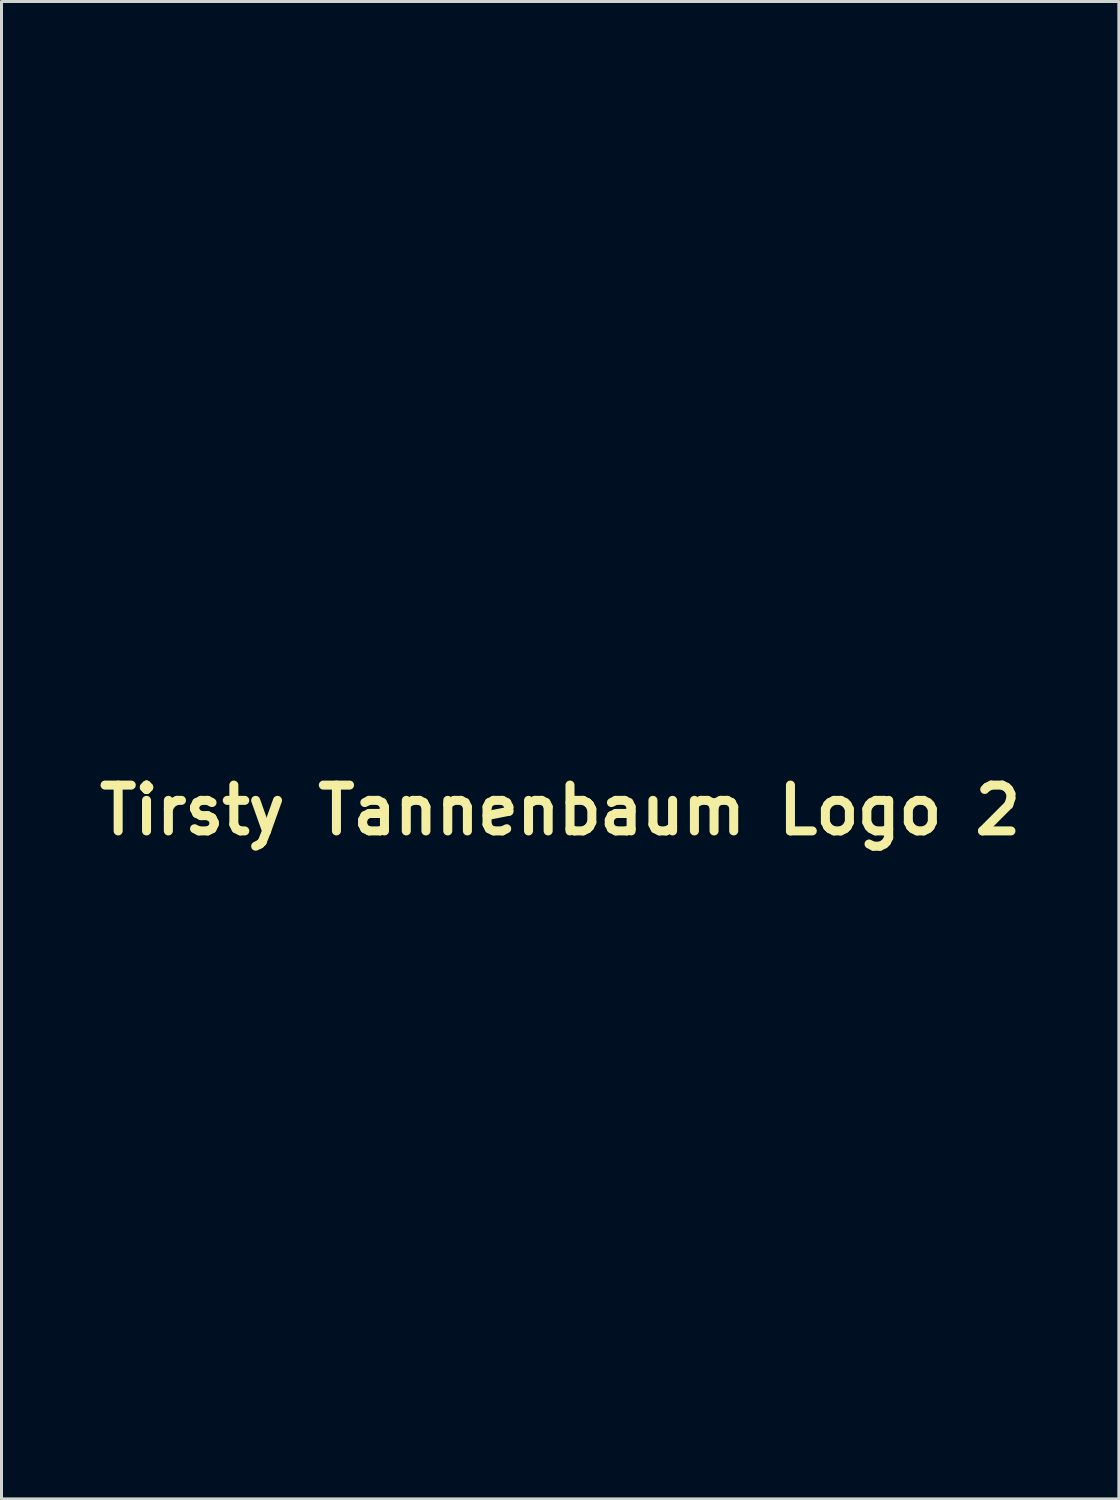
<source format=kicad_pcb>
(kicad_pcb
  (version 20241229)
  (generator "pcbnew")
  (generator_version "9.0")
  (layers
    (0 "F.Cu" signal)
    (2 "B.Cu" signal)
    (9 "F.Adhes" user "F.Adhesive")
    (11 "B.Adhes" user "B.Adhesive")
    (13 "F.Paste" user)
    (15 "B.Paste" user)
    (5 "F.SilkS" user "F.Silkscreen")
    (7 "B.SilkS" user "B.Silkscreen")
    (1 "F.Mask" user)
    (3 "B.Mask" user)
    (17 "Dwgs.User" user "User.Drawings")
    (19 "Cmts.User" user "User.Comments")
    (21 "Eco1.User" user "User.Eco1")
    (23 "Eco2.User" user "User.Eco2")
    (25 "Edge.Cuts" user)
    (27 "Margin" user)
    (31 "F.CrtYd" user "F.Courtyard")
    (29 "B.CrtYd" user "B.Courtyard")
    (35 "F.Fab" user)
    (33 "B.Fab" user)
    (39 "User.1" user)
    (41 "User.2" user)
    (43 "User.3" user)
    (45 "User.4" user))
  (footprint "Tirsty Tannenbaum Logo 2"
    (layer "F.Cu")
    (at 15.574 23.886)
    (property "Reference" "Tirsty Tannenbaum Logo 2" (at 0 0 0) (layer "F.SilkS") (effects (font (size 1.524 1.524) (thickness 0.3))))
    (attr through_hole)
    (fp_poly (pts (xy 0.691 19.614) (xy 0.771 19.629) (xy 0.899 19.656) (xy 0.998 19.681) (xy 1.05 19.7) (xy 1.052 19.702) (xy 1.046 19.738) (xy 0.996 19.789) (xy 0.923 19.842) (xy 0.847 19.881) (xy 0.794 19.893) (xy 0.718 19.883) (xy 0.608 19.862) (xy 0.55 19.849) (xy 0.428 19.813) (xy 0.372 19.772) (xy 0.378 19.72) (xy 0.433 19.657) (xy 0.479 19.618) (xy 0.524 19.599) (xy 0.588 19.598) (xy 0.691 19.614)) (stroke (width 0.01) (type solid)) (fill no) (layer "Eco2.User"))
    (fp_poly (pts (xy 0.268 18.621) (xy 0.266 18.624) (xy 0.289 18.645) (xy 0.374 18.672) (xy 0.517 18.7) (xy 0.71 18.731) (xy 0.882 18.753) (xy 1.04 18.781) (xy 1.132 18.82) (xy 1.159 18.873) (xy 1.125 18.945) (xy 1.078 18.999) (xy 0.991 19.07) (xy 0.934 19.079) (xy 0.91 19.046) (xy 0.87 19.024) (xy 0.772 18.997) (xy 0.625 18.967) (xy 0.442 18.937) (xy 0.233 18.908) (xy 0.047 18.887) (xy -0.082 18.867) (xy -0.144 18.839) (xy -0.141 18.797) (xy -0.077 18.735) (xy -0.042 18.708) (xy 0.03 18.667) (xy 0.116 18.632) (xy 0.198 18.61) (xy 0.255 18.604) (xy 0.268 18.621)) (stroke (width 0.01) (type solid)) (fill no) (layer "Eco2.User"))
    (fp_poly (pts (xy 0.399 15.054) (xy 0.403 15.094) (xy 0.407 15.197) (xy 0.412 15.355) (xy 0.416 15.56) (xy 0.42 15.805) (xy 0.424 16.081) (xy 0.428 16.381) (xy 0.428 16.448) (xy 0.441 17.815) (xy 0.776 17.819) (xy 0.933 17.823) (xy 1.071 17.831) (xy 1.17 17.841) (xy 1.197 17.846) (xy 1.284 17.87) (xy 1.18 17.966) (xy 1.063 18.042) (xy 0.971 18.056) (xy 0.902 18.053) (xy 0.777 18.048) (xy 0.607 18.041) (xy 0.407 18.033) (xy 0.194 18.025) (xy -0.042 18.018) (xy -0.277 18.013) (xy -0.493 18.011) (xy -0.671 18.013) (xy -0.776 18.016) (xy -1.076 18.033) (xy -0.94 17.903) (xy -0.805 17.773) (xy -0.305 17.785) (xy 0.194 17.797) (xy 0.18 16.489) (xy 0.166 15.181) (xy 0.275 15.104) (xy 0.348 15.061) (xy 0.394 15.05) (xy 0.399 15.054)) (stroke (width 0.01) (type solid)) (fill no) (layer "Eco2.User"))
    (fp_poly (pts (xy -0.893 13.441) (xy -0.896 13.463) (xy -0.889 13.497) (xy -0.825 13.511) (xy -0.792 13.511) (xy -0.708 13.519) (xy -0.574 13.539) (xy -0.412 13.568) (xy -0.273 13.596) (xy 0.002 13.652) (xy 0.263 13.698) (xy 0.532 13.738) (xy 0.834 13.775) (xy 1.023 13.796) (xy 1.224 13.817) (xy 1.362 13.835) (xy 1.447 13.852) (xy 1.486 13.872) (xy 1.488 13.899) (xy 1.46 13.937) (xy 1.425 13.973) (xy 1.355 14.038) (xy 1.299 14.071) (xy 1.29 14.072) (xy 1.243 14.067) (xy 1.14 14.055) (xy 0.992 14.038) (xy 0.813 14.017) (xy 0.705 14.005) (xy 0.453 13.975) (xy 0.249 13.948) (xy 0.07 13.921) (xy -0.108 13.89) (xy -0.307 13.85) (xy -0.55 13.799) (xy -0.564 13.796) (xy -0.732 13.764) (xy -0.894 13.739) (xy -1.025 13.725) (xy -1.065 13.724) (xy -1.191 13.712) (xy -1.251 13.68) (xy -1.244 13.625) (xy -1.17 13.547) (xy -1.167 13.544) (xy -1.077 13.481) (xy -0.991 13.439) (xy -0.924 13.425) (xy -0.893 13.441)) (stroke (width 0.01) (type solid)) (fill no) (layer "Eco2.User"))
    (fp_poly (pts (xy -3.175 -22.245) (xy -3.193 -22.21) (xy -3.242 -22.129) (xy -3.313 -22.017) (xy -3.367 -21.933) (xy -3.616 -21.529) (xy -3.814 -21.153) (xy -3.967 -20.793) (xy -4.079 -20.434) (xy -4.156 -20.063) (xy -4.196 -19.744) (xy -4.214 -19.243) (xy -4.168 -18.772) (xy -4.057 -18.326) (xy -3.881 -17.902) (xy -3.637 -17.494) (xy -3.354 -17.134) (xy -3.269 -17.033) (xy -3.206 -16.952) (xy -3.176 -16.906) (xy -3.175 -16.902) (xy -3.2 -16.857) (xy -3.26 -16.796) (xy -3.327 -16.744) (xy -3.377 -16.722) (xy -3.413 -16.748) (xy -3.483 -16.818) (xy -3.574 -16.92) (xy -3.657 -17.019) (xy -3.912 -17.359) (xy -4.11 -17.683) (xy -4.258 -18.009) (xy -4.361 -18.351) (xy -4.426 -18.724) (xy -4.443 -18.882) (xy -4.455 -19.405) (xy -4.397 -19.926) (xy -4.269 -20.441) (xy -4.073 -20.946) (xy -4.041 -21.014) (xy -3.93 -21.233) (xy -3.806 -21.454) (xy -3.678 -21.667) (xy -3.551 -21.859) (xy -3.435 -22.019) (xy -3.337 -22.135) (xy -3.285 -22.182) (xy -3.215 -22.229) (xy -3.177 -22.247) (xy -3.175 -22.245)) (stroke (width 0.01) (type solid)) (fill no) (layer "Eco2.User"))
    (fp_poly (pts (xy 3.983 -2.761) (xy 4.109 -2.699) (xy 4.266 -2.567) (xy 4.37 -2.405) (xy 4.418 -2.227) (xy 4.406 -2.046) (xy 4.342 -1.892) (xy 4.249 -1.775) (xy 4.117 -1.65) (xy 3.969 -1.537) (xy 3.863 -1.473) (xy 3.706 -1.419) (xy 3.531 -1.395) (xy 3.374 -1.407) (xy 3.369 -1.408) (xy 3.159 -1.49) (xy 2.995 -1.614) (xy 2.884 -1.772) (xy 2.831 -1.956) (xy 2.838 -2.137) (xy 2.885 -2.251) (xy 2.895 -2.266) (xy 3.079 -2.266) (xy 3.082 -2.11) (xy 3.136 -1.95) (xy 3.149 -1.925) (xy 3.267 -1.786) (xy 3.43 -1.685) (xy 3.62 -1.63) (xy 3.822 -1.625) (xy 3.976 -1.66) (xy 4.083 -1.731) (xy 4.145 -1.854) (xy 4.163 -2.014) (xy 4.131 -2.199) (xy 4.042 -2.354) (xy 3.905 -2.472) (xy 3.728 -2.548) (xy 3.521 -2.577) (xy 3.334 -2.56) (xy 3.209 -2.505) (xy 3.122 -2.402) (xy 3.079 -2.266) (xy 2.895 -2.266) (xy 2.978 -2.385) (xy 3.104 -2.52) (xy 3.248 -2.642) (xy 3.346 -2.708) (xy 3.551 -2.789) (xy 3.769 -2.807) (xy 3.983 -2.761)) (stroke (width 0.01) (type solid)) (fill no) (layer "Eco2.User"))
    (fp_poly (pts (xy -1.475 -6.53) (xy -1.318 -6.436) (xy -1.249 -6.373) (xy -1.119 -6.198) (xy -1.052 -6.002) (xy -1.045 -5.795) (xy -1.099 -5.588) (xy -1.212 -5.39) (xy -1.382 -5.211) (xy -1.389 -5.206) (xy -1.571 -5.08) (xy -1.736 -5.018) (xy -1.895 -5.019) (xy -2.047 -5.075) (xy -2.191 -5.189) (xy -2.302 -5.35) (xy -2.371 -5.539) (xy -2.39 -5.737) (xy -2.383 -5.802) (xy -2.38 -5.811) (xy -2.135 -5.811) (xy -2.094 -5.617) (xy -2.002 -5.448) (xy -1.868 -5.318) (xy -1.783 -5.271) (xy -1.641 -5.228) (xy -1.525 -5.241) (xy -1.423 -5.305) (xy -1.37 -5.359) (xy -1.338 -5.422) (xy -1.321 -5.514) (xy -1.312 -5.634) (xy -1.309 -5.786) (xy -1.322 -5.897) (xy -1.358 -5.996) (xy -1.374 -6.028) (xy -1.487 -6.182) (xy -1.637 -6.28) (xy -1.815 -6.315) (xy -1.82 -6.315) (xy -1.94 -6.299) (xy -2.025 -6.244) (xy -2.084 -6.138) (xy -2.12 -6.013) (xy -2.135 -5.811) (xy -2.38 -5.811) (xy -2.315 -6.013) (xy -2.186 -6.21) (xy -2.006 -6.381) (xy -1.793 -6.51) (xy -1.632 -6.554) (xy -1.475 -6.53)) (stroke (width 0.01) (type solid)) (fill no) (layer "Eco2.User"))
    (fp_poly (pts (xy 2.25 7.369) (xy 2.434 7.454) (xy 2.579 7.583) (xy 2.674 7.75) (xy 2.708 7.898) (xy 2.705 8.052) (xy 2.659 8.19) (xy 2.561 8.33) (xy 2.46 8.436) (xy 2.273 8.586) (xy 2.074 8.687) (xy 1.878 8.736) (xy 1.696 8.728) (xy 1.658 8.718) (xy 1.444 8.621) (xy 1.289 8.49) (xy 1.195 8.327) (xy 1.164 8.139) (xy 1.176 7.998) (xy 1.209 7.901) (xy 1.415 7.901) (xy 1.419 7.996) (xy 1.465 8.186) (xy 1.567 8.333) (xy 1.719 8.436) (xy 1.92 8.491) (xy 2.053 8.501) (xy 2.186 8.494) (xy 2.278 8.469) (xy 2.347 8.421) (xy 2.42 8.33) (xy 2.456 8.203) (xy 2.459 8.178) (xy 2.449 7.99) (xy 2.373 7.828) (xy 2.235 7.694) (xy 2.138 7.638) (xy 1.944 7.566) (xy 1.764 7.556) (xy 1.607 7.599) (xy 1.497 7.666) (xy 1.435 7.762) (xy 1.415 7.901) (xy 1.209 7.901) (xy 1.217 7.877) (xy 1.297 7.759) (xy 1.427 7.624) (xy 1.444 7.608) (xy 1.614 7.468) (xy 1.771 7.383) (xy 1.935 7.343) (xy 2.036 7.339) (xy 2.25 7.369)) (stroke (width 0.01) (type solid)) (fill no) (layer "Eco2.User"))
    (fp_poly (pts (xy -2.504 -0.193) (xy -2.315 -0.11) (xy -2.164 0.014) (xy -2.14 0.044) (xy -2.03 0.235) (xy -1.992 0.428) (xy -2.023 0.62) (xy -2.126 0.814) (xy -2.229 0.939) (xy -2.437 1.119) (xy -2.658 1.241) (xy -2.885 1.302) (xy -3.108 1.3) (xy -3.281 1.249) (xy -3.467 1.135) (xy -3.607 0.981) (xy -3.694 0.798) (xy -3.723 0.6) (xy -3.704 0.466) (xy -3.465 0.466) (xy -3.433 0.656) (xy -3.342 0.821) (xy -3.202 0.953) (xy -3.024 1.042) (xy -2.817 1.082) (xy -2.702 1.081) (xy -2.542 1.055) (xy -2.422 1.009) (xy -2.403 0.996) (xy -2.313 0.89) (xy -2.259 0.743) (xy -2.246 0.579) (xy -2.262 0.479) (xy -2.34 0.312) (xy -2.471 0.165) (xy -2.636 0.055) (xy -2.78 0.004) (xy -3.004 -0.019) (xy -3.188 0.011) (xy -3.328 0.093) (xy -3.421 0.225) (xy -3.463 0.404) (xy -3.465 0.466) (xy -3.704 0.466) (xy -3.701 0.448) (xy -3.648 0.335) (xy -3.55 0.203) (xy -3.423 0.067) (xy -3.284 -0.055) (xy -3.148 -0.146) (xy -3.122 -0.16) (xy -2.926 -0.222) (xy -2.714 -0.231) (xy -2.504 -0.193)) (stroke (width 0.01) (type solid)) (fill no) (layer "Eco2.User"))
    (fp_poly (pts (xy 3.222 -22.239) (xy 3.29 -22.18) (xy 3.381 -22.076) (xy 3.487 -21.936) (xy 3.604 -21.768) (xy 3.725 -21.58) (xy 3.844 -21.381) (xy 3.957 -21.18) (xy 4.056 -20.985) (xy 4.056 -20.984) (xy 4.198 -20.663) (xy 4.301 -20.366) (xy 4.371 -20.069) (xy 4.414 -19.748) (xy 4.435 -19.411) (xy 4.436 -18.968) (xy 4.4 -18.575) (xy 4.324 -18.217) (xy 4.203 -17.88) (xy 4.032 -17.551) (xy 3.807 -17.215) (xy 3.651 -17.013) (xy 3.551 -16.893) (xy 3.463 -16.797) (xy 3.399 -16.737) (xy 3.373 -16.722) (xy 3.318 -16.744) (xy 3.252 -16.794) (xy 3.186 -16.879) (xy 3.187 -16.954) (xy 3.234 -17.008) (xy 3.307 -17.081) (xy 3.405 -17.198) (xy 3.518 -17.342) (xy 3.632 -17.497) (xy 3.736 -17.648) (xy 3.818 -17.779) (xy 3.828 -17.796) (xy 3.991 -18.134) (xy 4.105 -18.484) (xy 4.174 -18.863) (xy 4.202 -19.284) (xy 4.203 -19.369) (xy 4.181 -19.842) (xy 4.108 -20.295) (xy 3.981 -20.738) (xy 3.797 -21.181) (xy 3.553 -21.634) (xy 3.363 -21.936) (xy 3.282 -22.061) (xy 3.221 -22.162) (xy 3.186 -22.227) (xy 3.182 -22.244) (xy 3.222 -22.239)) (stroke (width 0.01) (type solid)) (fill no) (layer "Eco2.User"))
    (fp_poly (pts (xy -4.981 5.651) (xy -4.829 5.678) (xy -4.787 5.692) (xy -4.693 5.749) (xy -4.592 5.835) (xy -4.559 5.87) (xy -4.483 5.971) (xy -4.45 6.069) (xy -4.445 6.159) (xy -4.451 6.253) (xy -4.476 6.328) (xy -4.533 6.409) (xy -4.607 6.491) (xy -4.818 6.674) (xy -5.043 6.791) (xy -5.28 6.84) (xy -5.522 6.821) (xy -5.606 6.798) (xy -5.76 6.72) (xy -5.881 6.601) (xy -5.959 6.457) (xy -5.987 6.305) (xy -5.961 6.172) (xy -5.901 6.078) (xy -5.898 6.074) (xy -5.733 6.074) (xy -5.73 6.231) (xy -5.669 6.37) (xy -5.558 6.486) (xy -5.409 6.57) (xy -5.232 6.618) (xy -5.037 6.622) (xy -4.895 6.595) (xy -4.778 6.541) (xy -4.713 6.453) (xy -4.692 6.316) (xy -4.692 6.304) (xy -4.724 6.165) (xy -4.813 6.044) (xy -4.945 5.949) (xy -5.107 5.884) (xy -5.286 5.855) (xy -5.469 5.869) (xy -5.591 5.906) (xy -5.682 5.962) (xy -5.726 6.043) (xy -5.733 6.074) (xy -5.898 6.074) (xy -5.799 5.965) (xy -5.675 5.851) (xy -5.546 5.755) (xy -5.455 5.702) (xy -5.324 5.664) (xy -5.156 5.647) (xy -4.981 5.651)) (stroke (width 0.01) (type solid)) (fill no) (layer "Eco2.User"))
    (fp_poly (pts (xy 2.155 -10.974) (xy 2.297 -10.886) (xy 2.411 -10.755) (xy 2.418 -10.743) (xy 2.478 -10.592) (xy 2.505 -10.415) (xy 2.498 -10.241) (xy 2.455 -10.098) (xy 2.455 -10.097) (xy 2.374 -9.983) (xy 2.256 -9.859) (xy 2.122 -9.745) (xy 1.996 -9.663) (xy 1.968 -9.65) (xy 1.875 -9.613) (xy 1.812 -9.601) (xy 1.747 -9.615) (xy 1.652 -9.656) (xy 1.637 -9.663) (xy 1.488 -9.766) (xy 1.383 -9.912) (xy 1.326 -10.085) (xy 1.319 -10.273) (xy 1.34 -10.366) (xy 1.564 -10.366) (xy 1.595 -10.195) (xy 1.668 -10.044) (xy 1.775 -9.927) (xy 1.907 -9.857) (xy 2.003 -9.842) (xy 2.119 -9.858) (xy 2.19 -9.899) (xy 2.217 -9.963) (xy 2.239 -10.072) (xy 2.249 -10.173) (xy 2.236 -10.38) (xy 2.176 -10.55) (xy 2.074 -10.676) (xy 1.937 -10.75) (xy 1.818 -10.767) (xy 1.722 -10.761) (xy 1.662 -10.733) (xy 1.622 -10.668) (xy 1.585 -10.55) (xy 1.583 -10.542) (xy 1.564 -10.366) (xy 1.34 -10.366) (xy 1.362 -10.462) (xy 1.459 -10.638) (xy 1.492 -10.678) (xy 1.606 -10.789) (xy 1.737 -10.889) (xy 1.866 -10.964) (xy 1.975 -11.004) (xy 2.004 -11.007) (xy 2.155 -10.974)) (stroke (width 0.01) (type solid)) (fill no) (layer "Eco2.User"))
    (fp_poly (pts (xy -0.451 14.514) (xy -0.247 14.526) (xy -0.01 14.543) (xy 0.248 14.566) (xy 0.515 14.592) (xy 0.779 14.621) (xy 1.027 14.651) (xy 1.247 14.681) (xy 1.428 14.71) (xy 1.556 14.737) (xy 1.563 14.739) (xy 1.661 14.765) (xy 1.554 14.868) (xy 1.447 14.971) (xy 1.12 14.913) (xy 0.898 14.873) (xy 0.735 14.846) (xy 0.619 14.83) (xy 0.54 14.826) (xy 0.486 14.833) (xy 0.447 14.85) (xy 0.411 14.878) (xy 0.394 14.892) (xy 0.335 14.944) (xy 0.324 14.949) (xy 0.357 14.908) (xy 0.367 14.896) (xy 0.403 14.841) (xy 0.397 14.817) (xy 0.396 14.817) (xy 0.342 14.843) (xy 0.335 14.852) (xy 0.289 14.894) (xy 0.236 14.927) (xy 0.183 14.953) (xy 0.184 14.94) (xy 0.222 14.897) (xy 0.263 14.843) (xy 0.255 14.816) (xy 0.229 14.804) (xy 0.176 14.795) (xy 0.066 14.785) (xy -0.089 14.775) (xy -0.276 14.765) (xy -0.422 14.759) (xy -0.648 14.749) (xy -0.811 14.738) (xy -0.919 14.727) (xy -0.98 14.713) (xy -1 14.696) (xy -0.999 14.69) (xy -0.947 14.627) (xy -0.854 14.565) (xy -0.748 14.523) (xy -0.71 14.515) (xy -0.609 14.51) (xy -0.451 14.514)) (stroke (width 0.01) (type solid)) (fill no) (layer "Eco2.User"))
    (fp_poly (pts (xy 2.043 -20.998) (xy 2.111 -20.954) (xy 2.2 -20.881) (xy 2.31 -20.774) (xy 2.402 -20.658) (xy 2.484 -20.519) (xy 2.563 -20.343) (xy 2.648 -20.115) (xy 2.669 -20.055) (xy 2.729 -19.874) (xy 2.768 -19.733) (xy 2.791 -19.608) (xy 2.801 -19.474) (xy 2.803 -19.315) (xy 2.796 -19.061) (xy 2.768 -18.857) (xy 2.713 -18.684) (xy 2.624 -18.524) (xy 2.495 -18.358) (xy 2.452 -18.31) (xy 2.354 -18.195) (xy 2.276 -18.096) (xy 2.23 -18.026) (xy 2.223 -18.005) (xy 2.207 -17.961) (xy 2.158 -17.976) (xy 2.074 -18.051) (xy 2.07 -18.055) (xy 2.009 -18.128) (xy 1.977 -18.184) (xy 1.976 -18.192) (xy 1.998 -18.233) (xy 2.058 -18.313) (xy 2.144 -18.417) (xy 2.203 -18.483) (xy 2.345 -18.654) (xy 2.444 -18.81) (xy 2.508 -18.97) (xy 2.542 -19.155) (xy 2.555 -19.382) (xy 2.556 -19.473) (xy 2.553 -19.645) (xy 2.544 -19.779) (xy 2.523 -19.901) (xy 2.485 -20.036) (xy 2.428 -20.21) (xy 2.42 -20.232) (xy 2.352 -20.425) (xy 2.3 -20.564) (xy 2.258 -20.664) (xy 2.22 -20.736) (xy 2.178 -20.795) (xy 2.126 -20.854) (xy 2.106 -20.875) (xy 2.035 -20.958) (xy 2.015 -21) (xy 2.043 -20.998)) (stroke (width 0.01) (type solid)) (fill no) (layer "Eco2.User"))
    (fp_poly (pts (xy 4.893 3.401) (xy 5.037 3.441) (xy 5.216 3.545) (xy 5.351 3.683) (xy 5.437 3.843) (xy 5.469 4.012) (xy 5.439 4.18) (xy 5.418 4.227) (xy 5.346 4.329) (xy 5.233 4.449) (xy 5.098 4.568) (xy 4.962 4.669) (xy 4.859 4.728) (xy 4.703 4.774) (xy 4.514 4.794) (xy 4.323 4.788) (xy 4.159 4.754) (xy 4.128 4.742) (xy 3.945 4.631) (xy 3.809 4.486) (xy 3.727 4.316) (xy 3.705 4.134) (xy 3.734 3.993) (xy 3.951 3.993) (xy 3.983 4.172) (xy 4.073 4.327) (xy 4.211 4.45) (xy 4.385 4.537) (xy 4.587 4.582) (xy 4.806 4.578) (xy 4.942 4.55) (xy 5.081 4.488) (xy 5.167 4.385) (xy 5.209 4.233) (xy 5.212 4.207) (xy 5.213 4.08) (xy 5.183 3.98) (xy 5.145 3.916) (xy 5.033 3.799) (xy 4.876 3.698) (xy 4.699 3.627) (xy 4.528 3.599) (xy 4.518 3.599) (xy 4.293 3.619) (xy 4.124 3.681) (xy 4.011 3.782) (xy 3.957 3.922) (xy 3.951 3.993) (xy 3.734 3.993) (xy 3.739 3.97) (xy 3.799 3.871) (xy 3.903 3.755) (xy 4.034 3.637) (xy 4.173 3.534) (xy 4.286 3.47) (xy 4.474 3.41) (xy 4.687 3.387) (xy 4.893 3.401)) (stroke (width 0.01) (type solid)) (fill no) (layer "Eco2.User"))
    (fp_poly (pts (xy -2.022 -20.977) (xy -2.076 -20.907) (xy -2.106 -20.875) (xy -2.162 -20.814) (xy -2.206 -20.757) (xy -2.245 -20.69) (xy -2.286 -20.601) (xy -2.334 -20.476) (xy -2.396 -20.303) (xy -2.421 -20.232) (xy -2.481 -20.053) (xy -2.521 -19.916) (xy -2.543 -19.795) (xy -2.554 -19.664) (xy -2.557 -19.5) (xy -2.557 -19.473) (xy -2.55 -19.227) (xy -2.523 -19.031) (xy -2.47 -18.864) (xy -2.382 -18.707) (xy -2.253 -18.539) (xy -2.203 -18.481) (xy -2.106 -18.367) (xy -2.029 -18.27) (xy -1.984 -18.203) (xy -1.976 -18.184) (xy -1.999 -18.138) (xy -2.056 -18.071) (xy -2.124 -18.005) (xy -2.181 -17.962) (xy -2.198 -17.956) (xy -2.22 -17.985) (xy -2.223 -18.005) (xy -2.245 -18.051) (xy -2.305 -18.134) (xy -2.392 -18.241) (xy -2.45 -18.307) (xy -2.589 -18.474) (xy -2.687 -18.625) (xy -2.751 -18.781) (xy -2.787 -18.959) (xy -2.801 -19.177) (xy -2.803 -19.315) (xy -2.8 -19.501) (xy -2.789 -19.643) (xy -2.768 -19.765) (xy -2.731 -19.893) (xy -2.693 -20.003) (xy -2.607 -20.235) (xy -2.536 -20.413) (xy -2.473 -20.548) (xy -2.41 -20.653) (xy -2.341 -20.742) (xy -2.259 -20.825) (xy -2.231 -20.851) (xy -2.126 -20.941) (xy -2.053 -20.992) (xy -2.016 -21.004) (xy -2.022 -20.977)) (stroke (width 0.01) (type solid)) (fill no) (layer "Eco2.User"))
    (fp_poly (pts (xy -4.602 -23.875) (xy -4.612 -23.84) (xy -4.652 -23.753) (xy -4.717 -23.627) (xy -4.802 -23.47) (xy -4.879 -23.331) (xy -5.042 -23.043) (xy -5.173 -22.802) (xy -5.28 -22.596) (xy -5.369 -22.413) (xy -5.446 -22.239) (xy -5.517 -22.062) (xy -5.551 -21.973) (xy -5.742 -21.385) (xy -5.88 -20.778) (xy -5.967 -20.143) (xy -6.006 -19.467) (xy -6.008 -19.262) (xy -5.995 -18.749) (xy -5.954 -18.29) (xy -5.879 -17.873) (xy -5.766 -17.486) (xy -5.61 -17.117) (xy -5.408 -16.753) (xy -5.154 -16.382) (xy -4.844 -15.993) (xy -4.746 -15.879) (xy -4.621 -15.734) (xy -4.505 -15.6) (xy -4.41 -15.488) (xy -4.348 -15.414) (xy -4.341 -15.406) (xy -4.256 -15.3) (xy -4.352 -15.217) (xy -4.424 -15.162) (xy -4.474 -15.135) (xy -4.478 -15.134) (xy -4.511 -15.159) (xy -4.58 -15.228) (xy -4.676 -15.332) (xy -4.79 -15.459) (xy -4.822 -15.496) (xy -5.108 -15.832) (xy -5.347 -16.132) (xy -5.544 -16.403) (xy -5.705 -16.656) (xy -5.836 -16.9) (xy -5.945 -17.142) (xy -5.964 -17.191) (xy -6.102 -17.63) (xy -6.197 -18.114) (xy -6.252 -18.634) (xy -6.265 -19.179) (xy -6.239 -19.738) (xy -6.175 -20.302) (xy -6.072 -20.86) (xy -5.932 -21.401) (xy -5.756 -21.915) (xy -5.551 -22.378) (xy -5.394 -22.685) (xy -5.242 -22.969) (xy -5.097 -23.224) (xy -4.964 -23.445) (xy -4.846 -23.627) (xy -4.746 -23.764) (xy -4.668 -23.85) (xy -4.616 -23.881) (xy -4.602 -23.875)) (stroke (width 0.01) (type solid)) (fill no) (layer "Eco2.User"))
    (fp_poly (pts (xy 4.642 -23.871) (xy 4.708 -23.81) (xy 4.795 -23.7) (xy 4.899 -23.548) (xy 5.015 -23.363) (xy 5.139 -23.151) (xy 5.268 -22.92) (xy 5.396 -22.678) (xy 5.519 -22.432) (xy 5.633 -22.19) (xy 5.734 -21.958) (xy 5.803 -21.784) (xy 5.994 -21.19) (xy 6.132 -20.571) (xy 6.218 -19.918) (xy 6.252 -19.225) (xy 6.253 -19.103) (xy 6.243 -18.621) (xy 6.207 -18.187) (xy 6.142 -17.789) (xy 6.044 -17.418) (xy 5.908 -17.062) (xy 5.731 -16.712) (xy 5.507 -16.358) (xy 5.234 -15.987) (xy 4.906 -15.591) (xy 4.83 -15.503) (xy 4.711 -15.37) (xy 4.608 -15.258) (xy 4.53 -15.177) (xy 4.486 -15.137) (xy 4.481 -15.134) (xy 4.438 -15.154) (xy 4.368 -15.202) (xy 4.362 -15.207) (xy 4.298 -15.263) (xy 4.269 -15.302) (xy 4.269 -15.304) (xy 4.291 -15.338) (xy 4.351 -15.414) (xy 4.442 -15.524) (xy 4.555 -15.656) (xy 4.606 -15.714) (xy 4.922 -16.088) (xy 5.186 -16.429) (xy 5.404 -16.75) (xy 5.58 -17.059) (xy 5.719 -17.368) (xy 5.826 -17.688) (xy 5.907 -18.028) (xy 5.965 -18.4) (xy 5.998 -18.715) (xy 6.019 -19.206) (xy 6.002 -19.733) (xy 5.949 -20.277) (xy 5.864 -20.819) (xy 5.748 -21.341) (xy 5.605 -21.825) (xy 5.522 -22.051) (xy 5.39 -22.355) (xy 5.216 -22.712) (xy 4.999 -23.119) (xy 4.79 -23.489) (xy 4.711 -23.632) (xy 4.649 -23.753) (xy 4.61 -23.838) (xy 4.602 -23.875) (xy 4.602 -23.875) (xy 4.642 -23.871)) (stroke (width 0.01) (type solid)) (fill no) (layer "Eco2.User"))
    (fp_poly (pts (xy 1.303 -20.034) (xy 1.346 -20.026) (xy 1.358 -20.01) (xy 1.35 -19.985) (xy 1.342 -19.971) (xy 1.299 -19.913) (xy 1.269 -19.897) (xy 1.236 -19.87) (xy 1.235 -19.861) (xy 1.217 -19.821) (xy 1.167 -19.731) (xy 1.092 -19.601) (xy 0.996 -19.439) (xy 0.886 -19.257) (xy 0.768 -19.062) (xy 0.647 -18.866) (xy 0.53 -18.677) (xy 0.422 -18.506) (xy 0.33 -18.361) (xy 0.258 -18.252) (xy 0.213 -18.189) (xy 0.207 -18.182) (xy 0.182 -18.154) (xy 0.163 -18.125) (xy 0.148 -18.087) (xy 0.138 -18.031) (xy 0.133 -17.951) (xy 0.131 -17.836) (xy 0.133 -17.681) (xy 0.139 -17.476) (xy 0.147 -17.213) (xy 0.153 -17.022) (xy 0.182 -16.104) (xy 0.378 -15.716) (xy 0.466 -15.547) (xy 0.577 -15.338) (xy 0.7 -15.111) (xy 0.823 -14.887) (xy 0.882 -14.781) (xy 0.986 -14.592) (xy 1.113 -14.355) (xy 1.254 -14.09) (xy 1.4 -13.811) (xy 1.542 -13.535) (xy 1.622 -13.377) (xy 1.928 -12.792) (xy 2.235 -12.248) (xy 2.551 -11.734) (xy 2.884 -11.237) (xy 3.244 -10.747) (xy 3.637 -10.251) (xy 4.072 -9.737) (xy 4.517 -9.238) (xy 4.822 -8.902) (xy 5.078 -8.615) (xy 5.289 -8.376) (xy 5.456 -8.181) (xy 5.58 -8.029) (xy 5.663 -7.918) (xy 5.707 -7.847) (xy 5.715 -7.82) (xy 5.686 -7.766) (xy 5.617 -7.712) (xy 5.611 -7.709) (xy 5.509 -7.679) (xy 5.348 -7.66) (xy 5.14 -7.651) (xy 4.896 -7.653) (xy 4.627 -7.664) (xy 4.343 -7.683) (xy 4.057 -7.711) (xy 3.779 -7.747) (xy 3.52 -7.79) (xy 3.378 -7.819) (xy 3.198 -7.858) (xy 3.075 -7.877) (xy 2.998 -7.877) (xy 2.955 -7.857) (xy 2.937 -7.817) (xy 2.934 -7.803) (xy 2.943 -7.732) (xy 2.979 -7.607) (xy 3.039 -7.437) (xy 3.118 -7.231) (xy 3.214 -6.999) (xy 3.322 -6.75) (xy 3.438 -6.493) (xy 3.548 -6.262) (xy 3.696 -5.971) (xy 3.88 -5.632) (xy 4.096 -5.252) (xy 4.339 -4.84) (xy 4.604 -4.405) (xy 4.885 -3.954) (xy 5.178 -3.495) (xy 5.478 -3.037) (xy 5.764 -2.611) (xy 6.112 -2.103) (xy 6.431 -1.648) (xy 6.727 -1.237) (xy 7.007 -0.861) (xy 7.279 -0.512) (xy 7.548 -0.181) (xy 7.821 0.14) (xy 8.105 0.459) (xy 8.408 0.786) (xy 8.688 1.079) (xy 8.853 1.254) (xy 8.967 1.389) (xy 9.027 1.488) (xy 9.03 1.557) (xy 8.974 1.601) (xy 8.856 1.626) (xy 8.673 1.635) (xy 8.423 1.635) (xy 8.393 1.635) (xy 8.173 1.629) (xy 7.959 1.618) (xy 7.737 1.6) (xy 7.494 1.573) (xy 7.218 1.536) (xy 6.894 1.488) (xy 6.615 1.443) (xy 6.307 1.396) (xy 6.06 1.364) (xy 5.867 1.347) (xy 5.72 1.345) (xy 5.611 1.357) (xy 5.533 1.383) (xy 5.507 1.398) (xy 5.457 1.445) (xy 5.436 1.505) (xy 5.439 1.605) (xy 5.441 1.621) (xy 5.466 1.74) (xy 5.518 1.889) (xy 5.583 2.033) (xy 5.663 2.182) (xy 5.779 2.382) (xy 5.928 2.63) (xy 6.106 2.918) (xy 6.309 3.242) (xy 6.534 3.596) (xy 6.776 3.974) (xy 7.033 4.369) (xy 7.301 4.777) (xy 7.54 5.139) (xy 7.886 5.654) (xy 8.2 6.114) (xy 8.487 6.524) (xy 8.751 6.89) (xy 8.996 7.217) (xy 9.227 7.51) (xy 9.447 7.776) (xy 9.661 8.019) (xy 9.873 8.245) (xy 10.01 8.384) (xy 10.11 8.482) (xy 10.212 8.579) (xy 10.323 8.681) (xy 10.449 8.793) (xy 10.596 8.92) (xy 10.771 9.069) (xy 10.98 9.243) (xy 11.228 9.45) (xy 11.523 9.693) (xy 11.661 9.806) (xy 11.906 10.012) (xy 12.116 10.195) (xy 12.285 10.352) (xy 12.41 10.479) (xy 12.488 10.573) (xy 12.513 10.628) (xy 12.512 10.633) (xy 12.471 10.654) (xy 12.372 10.663) (xy 12.291 10.662) (xy 12.201 10.658) (xy 12.053 10.651) (xy 11.856 10.641) (xy 11.623 10.629) (xy 11.365 10.616) (xy 11.092 10.603) (xy 11.06 10.601) (xy 10.461 10.572) (xy 9.923 10.547) (xy 9.434 10.527) (xy 8.985 10.511) (xy 8.566 10.498) (xy 8.165 10.49) (xy 7.774 10.484) (xy 7.381 10.482) (xy 6.977 10.483) (xy 6.55 10.487) (xy 6.35 10.489) (xy 5.988 10.494) (xy 5.62 10.501) (xy 5.259 10.508) (xy 4.917 10.516) (xy 4.604 10.525) (xy 4.333 10.534) (xy 4.116 10.542) (xy 4.039 10.546) (xy 3.488 10.569) (xy 2.891 10.585) (xy 2.271 10.593) (xy 1.654 10.593) (xy 1.062 10.585) (xy 1.007 10.583) (xy 0.267 10.566) (xy 0.288 13.317) (xy 0.206 13.391) (xy 0.161 13.432) (xy 0.125 13.461) (xy 0.096 13.472) (xy 0.074 13.459) (xy 0.058 13.416) (xy 0.046 13.337) (xy 0.039 13.217) (xy 0.034 13.048) (xy 0.031 12.825) (xy 0.029 12.543) (xy 0.027 12.288) (xy 0.025 11.986) (xy 0.023 11.695) (xy 0.021 11.425) (xy 0.02 11.187) (xy 0.019 10.991) (xy 0.018 10.848) (xy 0.018 10.786) (xy 0.015 10.644) (xy 0.006 10.562) (xy -0.012 10.529) (xy -0.029 10.53) (xy -0.075 10.536) (xy -0.182 10.543) (xy -0.342 10.552) (xy -0.544 10.561) (xy -0.78 10.571) (xy -1.041 10.581) (xy -1.123 10.584) (xy -1.456 10.594) (xy -1.76 10.601) (xy -2.047 10.604) (xy -2.331 10.604) (xy -2.625 10.599) (xy -2.94 10.591) (xy -3.29 10.578) (xy -3.687 10.561) (xy -4.039 10.544) (xy -4.229 10.536) (xy -4.477 10.528) (xy -4.773 10.519) (xy -5.104 10.511) (xy -5.458 10.504) (xy -5.824 10.497) (xy -6.19 10.491) (xy -6.35 10.489) (xy -6.789 10.484) (xy -7.202 10.482) (xy -7.599 10.483) (xy -7.99 10.487) (xy -8.385 10.494) (xy -8.794 10.505) (xy -9.229 10.519) (xy -9.698 10.537) (xy -10.213 10.56) (xy -10.784 10.587) (xy -11.06 10.601) (xy -11.333 10.615) (xy -11.594 10.628) (xy -11.83 10.64) (xy -12.032 10.65) (xy -12.187 10.657) (xy -12.284 10.662) (xy -12.291 10.662) (xy -12.424 10.661) (xy -12.499 10.645) (xy -12.513 10.631) (xy -12.495 10.581) (xy -12.421 10.49) (xy -12.393 10.462) (xy -12.263 10.462) (xy -12.249 10.464) (xy -12.202 10.455) (xy -12.099 10.444) (xy -11.956 10.433) (xy -11.786 10.424) (xy -11.778 10.424) (xy -11.593 10.415) (xy -11.36 10.404) (xy -11.102 10.392) (xy -10.841 10.379) (xy -10.672 10.371) (xy -9.716 10.326) (xy -8.821 10.293) (xy -7.978 10.27) (xy -7.179 10.258) (xy -6.414 10.258) (xy -5.674 10.268) (xy -4.951 10.288) (xy -4.516 10.306) (xy -4.22 10.317) (xy -3.871 10.327) (xy -3.486 10.336) (xy -3.081 10.343) (xy -2.675 10.348) (xy -2.283 10.351) (xy -2.011 10.351) (xy -1.671 10.351) (xy -1.33 10.35) (xy -0.997 10.35) (xy -0.687 10.35) (xy -0.411 10.349) (xy -0.18 10.349) (xy -0.007 10.349) (xy 0 10.349) (xy 0.169 10.349) (xy 0.397 10.349) (xy 0.672 10.35) (xy 0.981 10.35) (xy 1.312 10.35) (xy 1.654 10.351) (xy 1.994 10.351) (xy 2.011 10.351) (xy 2.38 10.351) (xy 2.777 10.347) (xy 3.184 10.342) (xy 3.586 10.334) (xy 3.963 10.325) (xy 4.3 10.314) (xy 4.516 10.306) (xy 5.237 10.279) (xy 5.971 10.262) (xy 6.725 10.257) (xy 7.509 10.262) (xy 8.331 10.278) (xy 9.2 10.306) (xy 10.125 10.344) (xy 10.672 10.371) (xy 10.921 10.383) (xy 11.184 10.396) (xy 11.437 10.408) (xy 11.657 10.418) (xy 11.778 10.424) (xy 11.947 10.432) (xy 12.091 10.443) (xy 12.195 10.453) (xy 12.244 10.462) (xy 12.245 10.462) (xy 12.261 10.453) (xy 12.255 10.426) (xy 12.246 10.41) (xy 12.226 10.386) (xy 12.192 10.351) (xy 12.139 10.302) (xy 12.062 10.234) (xy 11.958 10.145) (xy 11.822 10.029) (xy 11.649 9.884) (xy 11.436 9.706) (xy 11.178 9.49) (xy 10.87 9.234) (xy 10.83 9.201) (xy 10.344 8.779) (xy 9.883 8.34) (xy 9.441 7.876) (xy 9.01 7.38) (xy 8.583 6.843) (xy 8.154 6.256) (xy 7.714 5.611) (xy 7.604 5.444) (xy 7.324 5.014) (xy 7.093 5.232) (xy 6.921 5.387) (xy 6.75 5.523) (xy 6.572 5.644) (xy 6.378 5.755) (xy 6.16 5.859) (xy 5.909 5.961) (xy 5.616 6.065) (xy 5.272 6.174) (xy 4.87 6.292) (xy 4.786 6.317) (xy 4.573 6.379) (xy 4.308 6.46) (xy 4.003 6.555) (xy 3.673 6.66) (xy 3.331 6.77) (xy 2.991 6.881) (xy 2.734 6.967) (xy 2.197 7.145) (xy 1.715 7.301) (xy 1.276 7.439) (xy 0.869 7.56) (xy 0.482 7.669) (xy 0.104 7.768) (xy -0.277 7.861) (xy -0.671 7.951) (xy -1.091 8.04) (xy -1.429 8.109) (xy -2.484 8.299) (xy -3.503 8.439) (xy -4.484 8.528) (xy -5.423 8.567) (xy -6.103 8.562) (xy -6.479 8.547) (xy -6.824 8.523) (xy -7.159 8.489) (xy -7.505 8.441) (xy -7.882 8.378) (xy -8.174 8.324) (xy -8.399 8.282) (xy -8.632 8.24) (xy -8.851 8.203) (xy -9.032 8.174) (xy -9.079 8.167) (xy -9.228 8.145) (xy -9.348 8.125) (xy -9.424 8.109) (xy -9.442 8.103) (xy -9.428 8.073) (xy -9.373 8.017) (xy -9.344 7.992) (xy -9.297 7.956) (xy -9.25 7.93) (xy -9.191 7.916) (xy -9.112 7.913) (xy -9.004 7.922) (xy -8.856 7.943) (xy -8.659 7.977) (xy -8.404 8.023) (xy -8.361 8.031) (xy -7.963 8.104) (xy -7.624 8.165) (xy -7.331 8.214) (xy -7.075 8.253) (xy -6.845 8.283) (xy -6.628 8.305) (xy -6.415 8.32) (xy -6.195 8.33) (xy -5.955 8.335) (xy -5.687 8.337) (xy -5.468 8.337) (xy -4.521 8.313) (xy -3.564 8.243) (xy -2.59 8.127) (xy -1.594 7.963) (xy -0.572 7.751) (xy 0.483 7.489) (xy 1.574 7.177) (xy 2.628 6.84) (xy 2.976 6.725) (xy 3.345 6.605) (xy 3.722 6.484) (xy 4.091 6.367) (xy 4.437 6.26) (xy 4.744 6.166) (xy 4.965 6.1) (xy 5.406 5.968) (xy 5.784 5.847) (xy 6.103 5.733) (xy 6.368 5.626) (xy 6.586 5.523) (xy 6.761 5.421) (xy 6.899 5.318) (xy 6.987 5.234) (xy 7.038 5.174) (xy 7.04 5.155) (xy 7.007 5.163) (xy 6.949 5.182) (xy 6.839 5.216) (xy 6.691 5.262) (xy 6.519 5.313) (xy 6.478 5.326) (xy 6.112 5.433) (xy 5.776 5.524) (xy 5.462 5.599) (xy 5.163 5.658) (xy 4.873 5.701) (xy 4.583 5.728) (xy 4.287 5.739) (xy 3.977 5.733) (xy 3.646 5.712) (xy 3.287 5.674) (xy 2.893 5.62) (xy 2.456 5.55) (xy 1.969 5.463) (xy 1.425 5.36) (xy 1.076 5.292) (xy 0.752 5.229) (xy 0.38 5.157) (xy -0.017 5.08) (xy -0.418 5.003) (xy -0.801 4.93) (xy -1.129 4.868) (xy -1.794 4.741) (xy -2.393 4.621) (xy -2.931 4.507) (xy -3.412 4.398) (xy -3.841 4.292) (xy -4.222 4.188) (xy -4.559 4.085) (xy -4.857 3.981) (xy -5.12 3.875) (xy -5.352 3.765) (xy -5.558 3.651) (xy -5.743 3.53) (xy -5.91 3.402) (xy -5.962 3.358) (xy -6.042 3.288) (xy -5.555 3.288) (xy -5.467 3.359) (xy -5.353 3.436) (xy -5.187 3.526) (xy -4.986 3.623) (xy -4.765 3.718) (xy -4.541 3.805) (xy -4.392 3.856) (xy -4.123 3.939) (xy -3.832 4.021) (xy -3.514 4.104) (xy -3.161 4.19) (xy -2.768 4.278) (xy -2.329 4.372) (xy -1.836 4.472) (xy -1.284 4.579) (xy -0.882 4.656) (xy -0.533 4.722) (xy -0.138 4.798) (xy 0.281 4.878) (xy 0.699 4.959) (xy 1.094 5.036) (xy 1.424 5.1) (xy 1.889 5.19) (xy 2.293 5.267) (xy 2.645 5.33) (xy 2.952 5.381) (xy 3.223 5.421) (xy 3.467 5.452) (xy 3.69 5.474) (xy 3.903 5.489) (xy 4.112 5.497) (xy 4.325 5.5) (xy 4.327 5.5) (xy 4.623 5.498) (xy 4.871 5.489) (xy 5.092 5.469) (xy 5.31 5.439) (xy 5.35 5.432) (xy 5.536 5.397) (xy 5.748 5.35) (xy 5.978 5.295) (xy 6.214 5.235) (xy 6.448 5.171) (xy 6.668 5.108) (xy 6.865 5.048) (xy 7.03 4.993) (xy 7.152 4.947) (xy 7.22 4.912) (xy 7.232 4.898) (xy 7.213 4.861) (xy 7.16 4.776) (xy 7.08 4.652) (xy 6.979 4.498) (xy 6.866 4.331) (xy 6.72 4.113) (xy 6.556 3.862) (xy 6.381 3.589) (xy 6.199 3.303) (xy 6.019 3.016) (xy 5.846 2.735) (xy 5.685 2.473) (xy 5.545 2.238) (xy 5.429 2.041) (xy 5.346 1.891) (xy 5.339 1.878) (xy 5.244 1.668) (xy 5.191 1.485) (xy 5.183 1.34) (xy 5.213 1.249) (xy 5.284 1.186) (xy 5.402 1.147) (xy 5.571 1.131) (xy 5.794 1.139) (xy 6.076 1.169) (xy 6.38 1.216) (xy 6.873 1.294) (xy 7.309 1.352) (xy 7.699 1.391) (xy 8.053 1.412) (xy 8.257 1.417) (xy 8.485 1.417) (xy 8.646 1.41) (xy 8.743 1.389) (xy 8.779 1.349) (xy 8.757 1.282) (xy 8.682 1.185) (xy 8.556 1.049) (xy 8.493 0.983) (xy 8.165 0.636) (xy 7.822 0.257) (xy 7.479 -0.137) (xy 7.147 -0.531) (xy 6.842 -0.909) (xy 6.578 -1.252) (xy 6.343 -1.574) (xy 6.087 -1.938) (xy 5.814 -2.336) (xy 5.529 -2.758) (xy 5.24 -3.197) (xy 4.95 -3.644) (xy 4.665 -4.09) (xy 4.391 -4.527) (xy 4.134 -4.946) (xy 3.898 -5.34) (xy 3.689 -5.698) (xy 3.512 -6.014) (xy 3.418 -6.191) (xy 3.311 -6.405) (xy 3.201 -6.639) (xy 3.091 -6.882) (xy 2.985 -7.125) (xy 2.889 -7.357) (xy 2.806 -7.568) (xy 2.741 -7.748) (xy 2.698 -7.885) (xy 2.681 -7.97) (xy 2.681 -7.974) (xy 2.704 -8.058) (xy 2.776 -8.1) (xy 2.899 -8.102) (xy 3.062 -8.067) (xy 3.354 -8.001) (xy 3.704 -7.947) (xy 4.102 -7.907) (xy 4.536 -7.881) (xy 4.628 -7.877) (xy 4.907 -7.871) (xy 5.121 -7.873) (xy 5.278 -7.885) (xy 5.384 -7.907) (xy 5.445 -7.94) (xy 5.468 -7.985) (xy 5.468 -7.994) (xy 5.444 -8.042) (xy 5.375 -8.137) (xy 5.263 -8.276) (xy 5.112 -8.454) (xy 4.925 -8.669) (xy 4.705 -8.915) (xy 4.456 -9.189) (xy 4.358 -9.296) (xy 3.996 -9.695) (xy 3.665 -10.075) (xy 3.371 -10.426) (xy 3.12 -10.741) (xy 3.007 -10.891) (xy 2.894 -11.048) (xy 2.76 -11.239) (xy 2.612 -11.453) (xy 2.46 -11.677) (xy 2.31 -11.901) (xy 2.171 -12.112) (xy 2.051 -12.298) (xy 1.957 -12.448) (xy 1.905 -12.535) (xy 1.789 -12.741) (xy 1.684 -12.521) (xy 1.581 -12.351) (xy 1.432 -12.163) (xy 1.251 -11.972) (xy 1.053 -11.794) (xy 0.864 -11.652) (xy 0.427 -11.397) (xy -0.058 -11.185) (xy -0.581 -11.019) (xy -1.133 -10.9) (xy -1.702 -10.833) (xy -2.055 -10.819) (xy -2.271 -10.814) (xy -2.434 -10.805) (xy -2.537 -10.793) (xy -2.575 -10.778) (xy -2.575 -10.777) (xy -2.554 -10.72) (xy -2.496 -10.622) (xy -2.41 -10.493) (xy -2.303 -10.346) (xy -2.185 -10.192) (xy -2.09 -10.077) (xy -1.893 -9.863) (xy -1.644 -9.625) (xy -1.351 -9.369) (xy -1.024 -9.103) (xy -0.674 -8.834) (xy -0.31 -8.571) (xy 0.059 -8.319) (xy 0.422 -8.088) (xy 0.769 -7.883) (xy 0.787 -7.874) (xy 0.985 -7.768) (xy 1.214 -7.652) (xy 1.442 -7.542) (xy 1.581 -7.478) (xy 1.771 -7.392) (xy 1.999 -7.287) (xy 2.237 -7.176) (xy 2.459 -7.071) (xy 2.494 -7.055) (xy 2.665 -6.974) (xy 2.814 -6.907) (xy 2.928 -6.859) (xy 2.996 -6.834) (xy 3.011 -6.833) (xy 3.038 -6.819) (xy 3.069 -6.773) (xy 3.091 -6.701) (xy 3.059 -6.64) (xy 3.057 -6.638) (xy 3.015 -6.573) (xy 2.965 -6.468) (xy 2.934 -6.394) (xy 2.839 -6.177) (xy 2.724 -5.984) (xy 2.573 -5.794) (xy 2.411 -5.625) (xy 2.101 -5.354) (xy 1.723 -5.087) (xy 1.281 -4.826) (xy 0.778 -4.573) (xy 0.216 -4.33) (xy -0.4 -4.097) (xy -0.459 -4.077) (xy -1.124 -3.869) (xy -1.751 -3.719) (xy -2.341 -3.629) (xy -2.896 -3.597) (xy -3.415 -3.624) (xy -3.9 -3.71) (xy -4.178 -3.791) (xy -4.299 -3.83) (xy -4.391 -3.856) (xy -4.436 -3.865) (xy -4.438 -3.864) (xy -4.424 -3.832) (xy -4.367 -3.762) (xy -4.275 -3.666) (xy -4.16 -3.551) (xy -4.03 -3.429) (xy -3.894 -3.308) (xy -3.764 -3.198) (xy -3.344 -2.882) (xy -2.873 -2.571) (xy -2.369 -2.275) (xy -1.85 -2.006) (xy -1.337 -1.774) (xy -1.041 -1.657) (xy -0.562 -1.491) (xy -0.054 -1.336) (xy 0.475 -1.192) (xy 1.016 -1.061) (xy 1.56 -0.945) (xy 2.099 -0.846) (xy 2.622 -0.764) (xy 3.121 -0.702) (xy 3.588 -0.661) (xy 4.013 -0.643) (xy 4.388 -0.649) (xy 4.604 -0.666) (xy 4.874 -0.705) (xy 5.156 -0.755) (xy 5.436 -0.816) (xy 5.702 -0.883) (xy 5.941 -0.953) (xy 6.141 -1.022) (xy 6.29 -1.088) (xy 6.336 -1.116) (xy 6.409 -1.162) (xy 6.452 -1.18) (xy 6.456 -1.178) (xy 6.433 -1.127) (xy 6.373 -1.037) (xy 6.287 -0.923) (xy 6.184 -0.799) (xy 6.075 -0.678) (xy 6.014 -0.615) (xy 5.684 -0.32) (xy 5.301 -0.041) (xy 4.946 0.175) (xy 4.621 0.348) (xy 4.236 0.537) (xy 3.803 0.737) (xy 3.329 0.945) (xy 2.825 1.157) (xy 2.299 1.371) (xy 1.762 1.581) (xy 1.222 1.784) (xy 0.688 1.978) (xy 0.171 2.157) (xy -0.321 2.319) (xy -0.778 2.459) (xy -1.129 2.558) (xy -1.638 2.686) (xy -2.185 2.809) (xy -2.754 2.922) (xy -3.324 3.023) (xy -3.877 3.109) (xy -4.396 3.176) (xy -4.727 3.21) (xy -4.918 3.227) (xy -5.103 3.244) (xy -5.261 3.258) (xy -5.362 3.268) (xy -5.555 3.288) (xy -6.042 3.288) (xy -6.085 3.25) (xy -5.99 3.153) (xy -5.922 3.092) (xy -5.872 3.077) (xy -5.811 3.1) (xy -5.806 3.103) (xy -5.722 3.131) (xy -5.672 3.113) (xy -5.623 3.097) (xy -5.516 3.08) (xy -5.366 3.061) (xy -5.185 3.044) (xy -5.08 3.036) (xy -4.11 2.943) (xy -3.127 2.804) (xy -2.148 2.622) (xy -1.19 2.401) (xy -0.27 2.143) (xy 0.141 2.012) (xy 0.464 1.902) (xy 0.826 1.774) (xy 1.213 1.634) (xy 1.611 1.488) (xy 2.006 1.339) (xy 2.383 1.195) (xy 2.728 1.059) (xy 3.028 0.937) (xy 3.157 0.883) (xy 3.683 0.656) (xy 4.145 0.448) (xy 4.548 0.258) (xy 4.896 0.082) (xy 5.192 -0.081) (xy 5.442 -0.234) (xy 5.648 -0.378) (xy 5.816 -0.516) (xy 5.946 -0.648) (xy 6.023 -0.739) (xy 6.074 -0.807) (xy 6.09 -0.836) (xy 6.053 -0.832) (xy 5.973 -0.809) (xy 5.923 -0.792) (xy 5.345 -0.615) (xy 4.773 -0.499) (xy 4.187 -0.439) (xy 4.033 -0.433) (xy 3.644 -0.431) (xy 3.235 -0.449) (xy 2.797 -0.49) (xy 2.321 -0.554) (xy 1.8 -0.642) (xy 1.225 -0.755) (xy 1.033 -0.795) (xy 0.16 -1.003) (xy -0.651 -1.239) (xy -1.401 -1.504) (xy -2.094 -1.8) (xy -2.731 -2.128) (xy -3.315 -2.489) (xy -3.849 -2.883) (xy -4.336 -3.313) (xy -4.416 -3.392) (xy -4.828 -3.803) (xy -4.924 -3.657) (xy -5.076 -3.426) (xy -5.252 -3.164) (xy -5.445 -2.881) (xy -5.65 -2.584) (xy -5.859 -2.283) (xy -6.067 -1.987) (xy -6.267 -1.703) (xy -6.454 -1.441) (xy -6.622 -1.21) (xy -6.764 -1.019) (xy -6.873 -0.875) (xy -6.891 -0.853) (xy -7.144 -0.542) (xy -7.418 -0.216) (xy -7.701 0.112) (xy -7.98 0.427) (xy -8.243 0.716) (xy -8.477 0.963) (xy -8.497 0.983) (xy -8.617 1.108) (xy -8.717 1.216) (xy -8.787 1.296) (xy -8.819 1.338) (xy -8.819 1.341) (xy -8.802 1.371) (xy -8.744 1.392) (xy -8.639 1.406) (xy -8.478 1.413) (xy -8.255 1.414) (xy -8.239 1.414) (xy -7.915 1.405) (xy -7.563 1.379) (xy -7.173 1.335) (xy -6.735 1.273) (xy -6.38 1.216) (xy -6.042 1.165) (xy -5.767 1.137) (xy -5.55 1.132) (xy -5.387 1.15) (xy -5.274 1.192) (xy -5.213 1.249) (xy -5.188 1.338) (xy -5.193 1.468) (xy -5.225 1.618) (xy -5.269 1.739) (xy -5.327 1.855) (xy -5.422 2.024) (xy -5.549 2.241) (xy -5.707 2.502) (xy -5.891 2.8) (xy -6.1 3.132) (xy -6.328 3.491) (xy -6.575 3.874) (xy -6.835 4.274) (xy -7.106 4.687) (xy -7.226 4.868) (xy -7.608 5.438) (xy -7.957 5.949) (xy -8.278 6.406) (xy -8.572 6.811) (xy -8.841 7.169) (xy -9.089 7.482) (xy -9.279 7.709) (xy -9.497 7.95) (xy -9.758 8.219) (xy -10.048 8.503) (xy -10.353 8.788) (xy -10.66 9.061) (xy -10.938 9.295) (xy -11.258 9.557) (xy -11.527 9.778) (xy -11.747 9.961) (xy -11.922 10.109) (xy -12.056 10.225) (xy -12.152 10.313) (xy -12.214 10.374) (xy -12.244 10.412) (xy -12.245 10.414) (xy -12.263 10.462) (xy -12.393 10.462) (xy -12.292 10.36) (xy -12.11 10.192) (xy -11.875 9.986) (xy -11.589 9.744) (xy -11.325 9.525) (xy -10.96 9.224) (xy -10.643 8.956) (xy -10.365 8.713) (xy -10.119 8.485) (xy -9.895 8.266) (xy -9.685 8.045) (xy -9.481 7.814) (xy -9.273 7.564) (xy -9.053 7.287) (xy -8.814 6.974) (xy -8.796 6.95) (xy -8.644 6.744) (xy -8.466 6.495) (xy -8.267 6.209) (xy -8.05 5.893) (xy -7.82 5.553) (xy -7.581 5.195) (xy -7.337 4.826) (xy -7.092 4.453) (xy -6.851 4.081) (xy -6.617 3.718) (xy -6.395 3.369) (xy -6.188 3.041) (xy -6.002 2.74) (xy -5.84 2.474) (xy -5.707 2.247) (xy -5.606 2.068) (xy -5.553 1.965) (xy -5.467 1.753) (xy -5.434 1.586) (xy -5.454 1.464) (xy -5.511 1.395) (xy -5.578 1.364) (xy -5.675 1.347) (xy -5.809 1.345) (xy -5.988 1.357) (xy -6.219 1.384) (xy -6.508 1.426) (xy -6.615 1.443) (xy -6.978 1.5) (xy -7.285 1.546) (xy -7.548 1.58) (xy -7.781 1.605) (xy -7.996 1.621) (xy -8.206 1.631) (xy -8.424 1.636) (xy -8.431 1.636) (xy -8.67 1.634) (xy -8.846 1.623) (xy -8.966 1.602) (xy -9.036 1.568) (xy -9.065 1.521) (xy -9.066 1.504) (xy -9.043 1.464) (xy -8.978 1.384) (xy -8.88 1.275) (xy -8.757 1.145) (xy -8.687 1.073) (xy -8.47 0.846) (xy -8.223 0.577) (xy -7.958 0.281) (xy -7.689 -0.028) (xy -7.429 -0.334) (xy -7.19 -0.625) (xy -7.139 -0.688) (xy -6.925 -0.963) (xy -6.683 -1.291) (xy -6.417 -1.663) (xy -6.134 -2.071) (xy -5.839 -2.505) (xy -5.537 -2.957) (xy -5.235 -3.418) (xy -4.938 -3.88) (xy -4.907 -3.929) (xy -4.763 -3.929) (xy -4.745 -3.919) (xy -4.698 -3.964) (xy -4.687 -3.978) (xy -4.657 -4.019) (xy -4.675 -4.011) (xy -4.701 -3.991) (xy -4.75 -3.947) (xy -4.763 -3.929) (xy -4.907 -3.929) (xy -4.652 -4.335) (xy -4.383 -4.772) (xy -4.136 -5.184) (xy -3.916 -5.562) (xy -3.781 -5.804) (xy -3.654 -6.047) (xy -3.515 -6.332) (xy -3.374 -6.637) (xy -3.238 -6.944) (xy -3.117 -7.233) (xy -3.019 -7.486) (xy -2.996 -7.552) (xy -2.947 -7.72) (xy -2.939 -7.831) (xy -2.971 -7.888) (xy -3.043 -7.892) (xy -3.602 -7.776) (xy -4.13 -7.701) (xy -4.654 -7.662) (xy -5.01 -7.655) (xy -5.267 -7.66) (xy -5.459 -7.675) (xy -5.594 -7.701) (xy -5.676 -7.741) (xy -5.712 -7.795) (xy -5.715 -7.819) (xy -5.694 -7.873) (xy -5.63 -7.968) (xy -5.61 -7.994) (xy -5.468 -7.994) (xy -5.451 -7.947) (xy -5.397 -7.912) (xy -5.299 -7.888) (xy -5.151 -7.875) (xy -4.947 -7.871) (xy -4.68 -7.876) (xy -4.628 -7.877) (xy -4.188 -7.9) (xy -3.782 -7.938) (xy -3.421 -7.989) (xy -3.116 -8.053) (xy -3.062 -8.067) (xy -2.886 -8.103) (xy -2.766 -8.098) (xy -2.698 -8.051) (xy -2.681 -7.98) (xy -2.694 -7.913) (xy -2.729 -7.796) (xy -2.782 -7.642) (xy -2.848 -7.466) (xy -2.878 -7.389) (xy -3.007 -7.074) (xy -3.137 -6.777) (xy -3.273 -6.486) (xy -3.42 -6.193) (xy -3.583 -5.888) (xy -3.767 -5.559) (xy -3.979 -5.198) (xy -4.223 -4.794) (xy -4.364 -4.563) (xy -4.471 -4.388) (xy -4.543 -4.265) (xy -4.583 -4.188) (xy -4.595 -4.149) (xy -4.581 -4.142) (xy -4.552 -4.156) (xy -4.494 -4.184) (xy -4.441 -4.19) (xy -4.371 -4.172) (xy -4.262 -4.126) (xy -4.247 -4.12) (xy -3.804 -3.961) (xy -3.325 -3.86) (xy -2.811 -3.818) (xy -2.267 -3.834) (xy -1.994 -3.864) (xy -1.602 -3.929) (xy -1.18 -4.025) (xy -0.737 -4.148) (xy -0.284 -4.292) (xy 0.168 -4.455) (xy 0.609 -4.633) (xy 1.028 -4.819) (xy 1.415 -5.012) (xy 1.759 -5.207) (xy 2.051 -5.399) (xy 2.194 -5.51) (xy 2.379 -5.698) (xy 2.544 -5.932) (xy 2.672 -6.185) (xy 2.718 -6.309) (xy 2.79 -6.544) (xy 2.708 -6.616) (xy 2.647 -6.655) (xy 2.535 -6.716) (xy 2.387 -6.791) (xy 2.214 -6.874) (xy 2.133 -6.911) (xy 1.698 -7.111) (xy 1.32 -7.289) (xy 0.989 -7.45) (xy 0.696 -7.6) (xy 0.433 -7.743) (xy 0.19 -7.885) (xy -0.043 -8.029) (xy -0.273 -8.182) (xy -0.51 -8.347) (xy -0.538 -8.367) (xy -0.997 -8.704) (xy -1.397 -9.016) (xy -1.744 -9.31) (xy -2.045 -9.591) (xy -2.304 -9.865) (xy -2.527 -10.136) (xy -2.721 -10.412) (xy -2.802 -10.541) (xy -2.883 -10.694) (xy -2.914 -10.808) (xy -2.895 -10.897) (xy -2.827 -10.97) (xy -2.801 -10.988) (xy -2.761 -11.009) (xy -2.707 -11.024) (xy -2.629 -11.036) (xy -2.517 -11.044) (xy -2.362 -11.05) (xy -2.154 -11.054) (xy -1.927 -11.056) (xy -1.651 -11.059) (xy -1.432 -11.065) (xy -1.256 -11.074) (xy -1.107 -11.086) (xy -0.973 -11.105) (xy -0.838 -11.129) (xy -0.776 -11.143) (xy -0.406 -11.235) (xy -0.045 -11.347) (xy 0.296 -11.475) (xy 0.604 -11.614) (xy 0.869 -11.759) (xy 1.078 -11.904) (xy 1.121 -11.942) (xy 1.204 -12.023) (xy 1.278 -12.112) (xy 1.349 -12.221) (xy 1.426 -12.363) (xy 1.515 -12.551) (xy 1.583 -12.7) (xy 1.628 -12.788) (xy 1.662 -12.842) (xy 1.669 -12.873) (xy 1.659 -12.928) (xy 1.628 -13.015) (xy 1.573 -13.14) (xy 1.491 -13.312) (xy 1.38 -13.538) (xy 1.358 -13.583) (xy 1.23 -13.834) (xy 1.088 -14.108) (xy 0.942 -14.383) (xy 0.805 -14.638) (xy 0.7 -14.828) (xy 0.588 -15.029) (xy 0.478 -15.228) (xy 0.38 -15.41) (xy 0.301 -15.559) (xy 0.261 -15.634) (xy 0.198 -15.757) (xy 0.155 -15.826) (xy 0.124 -15.851) (xy 0.094 -15.842) (xy 0.074 -15.826) (xy -0.004 -15.775) (xy -0.056 -15.789) (xy -0.079 -15.849) (xy -0.09 -15.897) (xy -0.109 -15.893) (xy -0.147 -15.833) (xy -0.154 -15.822) (xy -0.265 -15.628) (xy -0.4 -15.385) (xy -0.553 -15.105) (xy -0.716 -14.804) (xy -0.882 -14.495) (xy -1.043 -14.191) (xy -1.192 -13.906) (xy -1.321 -13.653) (xy -1.359 -13.578) (xy -1.528 -13.245) (xy -1.676 -12.961) (xy -1.813 -12.71) (xy -1.946 -12.478) (xy -2.086 -12.249) (xy -2.24 -12.008) (xy -2.418 -11.74) (xy -2.443 -11.703) (xy -2.682 -11.352) (xy -2.907 -11.035) (xy -3.127 -10.738) (xy -3.352 -10.451) (xy -3.593 -10.16) (xy -3.858 -9.853) (xy -4.158 -9.518) (xy -4.382 -9.273) (xy -4.615 -9.018) (xy -4.828 -8.78) (xy -5.019 -8.564) (xy -5.181 -8.374) (xy -5.312 -8.217) (xy -5.405 -8.096) (xy -5.458 -8.019) (xy -5.468 -7.994) (xy -5.61 -7.994) (xy -5.523 -8.107) (xy -5.37 -8.289) (xy -5.171 -8.517) (xy -4.926 -8.792) (xy -4.631 -9.115) (xy -4.514 -9.243) (xy -4.214 -9.572) (xy -3.953 -9.866) (xy -3.722 -10.138) (xy -3.51 -10.399) (xy -3.306 -10.665) (xy -3.1 -10.949) (xy -2.881 -11.262) (xy -2.739 -11.471) (xy -2.572 -11.719) (xy -2.432 -11.931) (xy -2.312 -12.119) (xy -2.203 -12.296) (xy -2.099 -12.477) (xy -1.991 -12.673) (xy -1.872 -12.899) (xy -1.735 -13.166) (xy -1.64 -13.353) (xy -1.502 -13.622) (xy -1.351 -13.912) (xy -1.197 -14.203) (xy -1.051 -14.477) (xy -0.921 -14.715) (xy -0.865 -14.817) (xy -0.749 -15.025) (xy -0.637 -15.23) (xy -0.536 -15.417) (xy -0.455 -15.572) (xy -0.401 -15.679) (xy -0.327 -15.816) (xy -0.246 -15.944) (xy -0.175 -16.035) (xy -0.174 -16.037) (xy -0.064 -16.15) (xy -0.135 -17.922) (xy -0.755 -18.791) (xy -0.943 -19.056) (xy -1.091 -19.269) (xy -1.201 -19.434) (xy -1.278 -19.556) (xy -1.324 -19.64) (xy -1.341 -19.689) (xy -1.338 -19.705) (xy -1.326 -19.742) (xy -1.376 -19.761) (xy -1.38 -19.762) (xy -1.455 -19.79) (xy -1.464 -19.84) (xy -1.408 -19.907) (xy -1.378 -19.931) (xy -1.288 -19.975) (xy -1.206 -19.986) (xy -1.149 -19.964) (xy -1.137 -19.916) (xy -1.119 -19.878) (xy -1.067 -19.792) (xy -0.985 -19.667) (xy -0.881 -19.512) (xy -0.759 -19.335) (xy -0.628 -19.145) (xy -0.492 -18.952) (xy -0.358 -18.763) (xy -0.232 -18.589) (xy -0.12 -18.437) (xy -0.029 -18.316) (xy 0.036 -18.235) (xy 0.067 -18.203) (xy 0.068 -18.203) (xy 0.093 -18.232) (xy 0.149 -18.313) (xy 0.231 -18.438) (xy 0.333 -18.597) (xy 0.449 -18.784) (xy 0.525 -18.909) (xy 0.652 -19.115) (xy 0.772 -19.306) (xy 0.877 -19.472) (xy 0.962 -19.602) (xy 1.021 -19.688) (xy 1.038 -19.711) (xy 1.12 -19.808) (xy 0.357 -19.782) (xy 0.11 -19.774) (xy -0.135 -19.768) (xy -0.36 -19.764) (xy -0.55 -19.763) (xy -0.689 -19.764) (xy -0.706 -19.764) (xy -1.005 -19.773) (xy -0.882 -19.867) (xy -0.833 -19.902) (xy -0.784 -19.927) (xy -0.723 -19.945) (xy -0.637 -19.958) (xy -0.514 -19.968) (xy -0.341 -19.976) (xy -0.176 -19.982) (xy 0.071 -19.991) (xy 0.343 -20.002) (xy 0.61 -20.012) (xy 0.843 -20.022) (xy 0.894 -20.024) (xy 1.087 -20.032) (xy 1.221 -20.036) (xy 1.303 -20.034)) (stroke (width 0.01) (type solid)) (fill no) (layer "Eco2.User")))
  (gr_rect
    (start -3 -3)
    (end 34.148 46.784)
    (stroke (width 0.1) (type default))
    (fill no)
    (layer "Edge.Cuts")))
</source>
